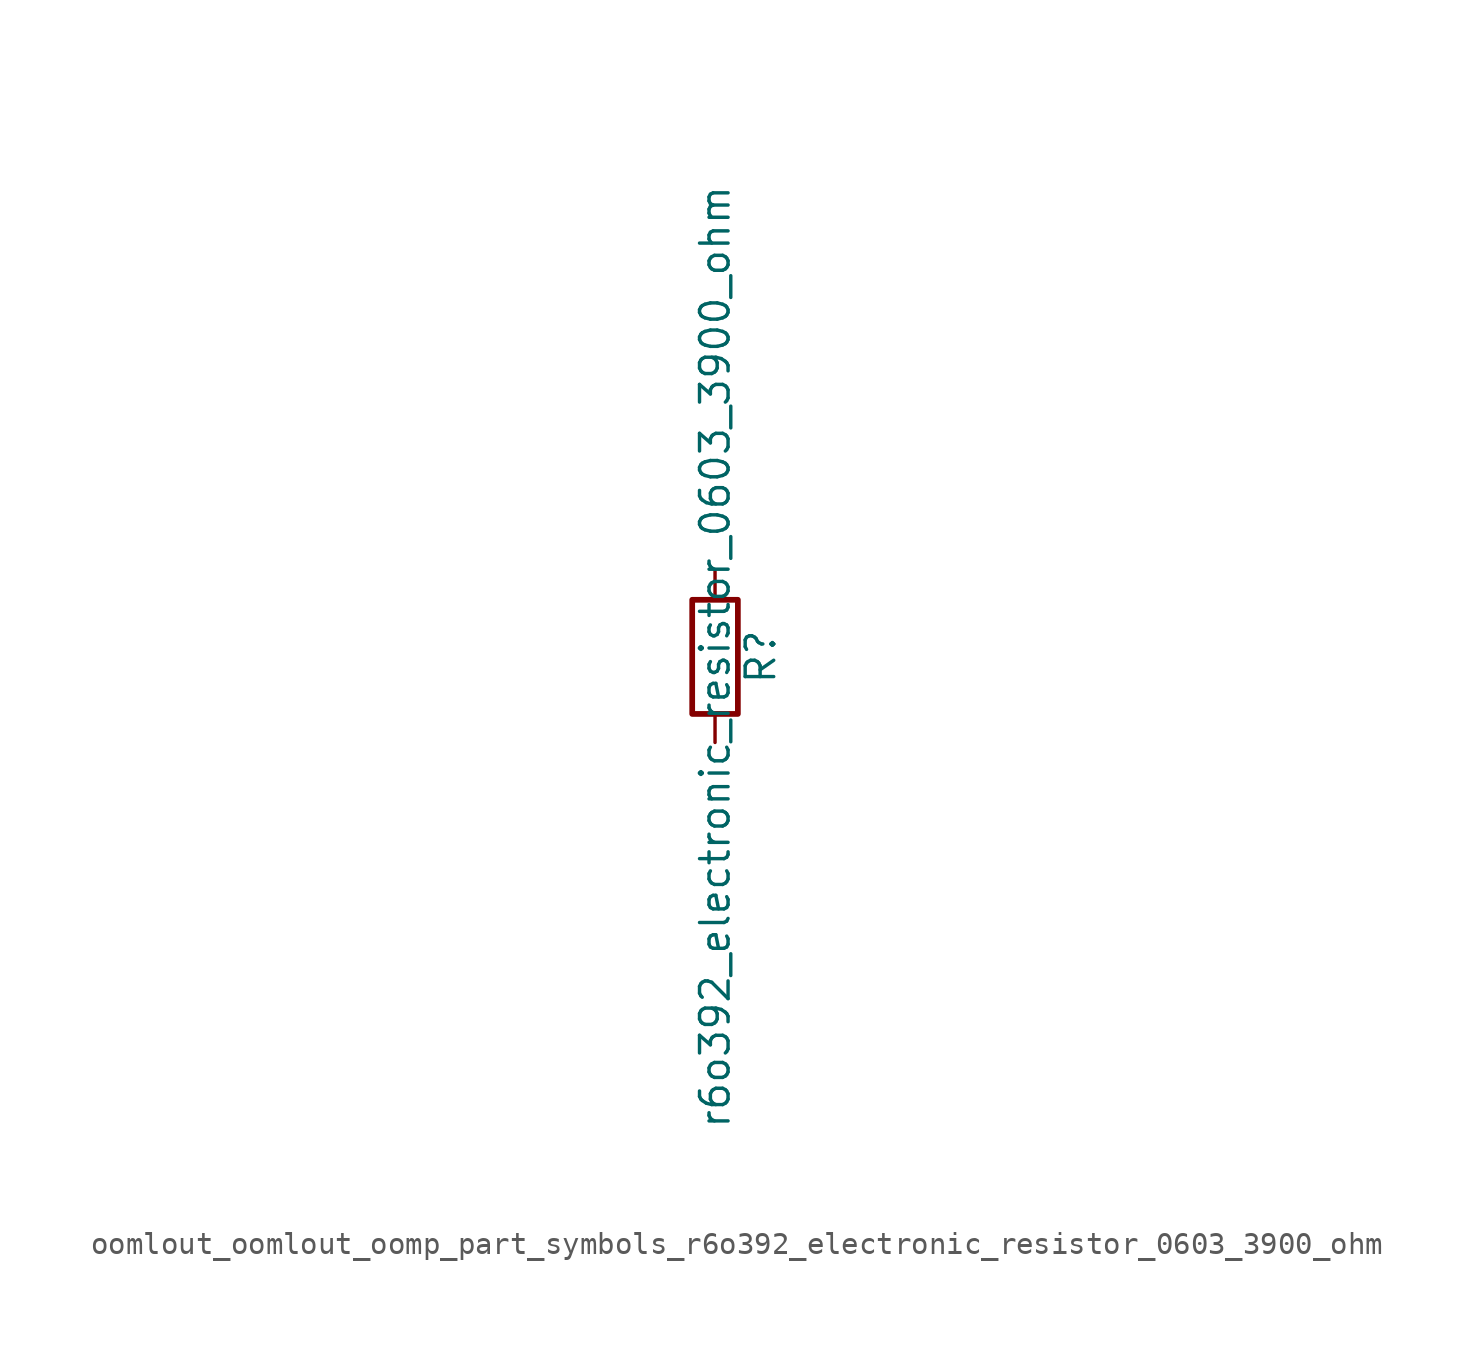
<source format=kicad_sym>
(kicad_symbol_lib
  (version 20220914)
  (generator kicad_symbol_editor)
  (symbol "oomlout_oomlout_oomp_part_symbols_r6o392_electronic_resistor_0603_3900_ohm"
    (pin_numbers hide)
    (pin_names
      (offset 0))
    (property "Reference" "R"
      (at 2.032 0 90)
      (effects (font (size 1.27 1.27))))
    (property "Value" "r6o392_electronic_resistor_0603_3900_ohm"
      (at 0 0 90)
      (effects (font (size 1.27 1.27))))
    (symbol "oomlout_oomlout_oomp_part_symbols_r6o392_electronic_resistor_0603_3900_ohm_0_1"
      (rectangle (start -1.016 -2.54) (end 1.016 2.54) (stroke (width 0.254) (type default)) (fill (type none))))
    (symbol "oomlout_oomlout_oomp_part_symbols_r6o392_electronic_resistor_0603_3900_ohm_1_1"
      (pin passive line (at 0 3.81 270) (length 1.27) (name "~" (effects (font (size 1.27 1.27)))) (number "1" (effects (font (size 1.27 1.27)))))
      (pin passive line (at 0 -3.81 90) (length 1.27) (name "~" (effects (font (size 1.27 1.27)))) (number "2" (effects (font (size 1.27 1.27))))))))
</source>
